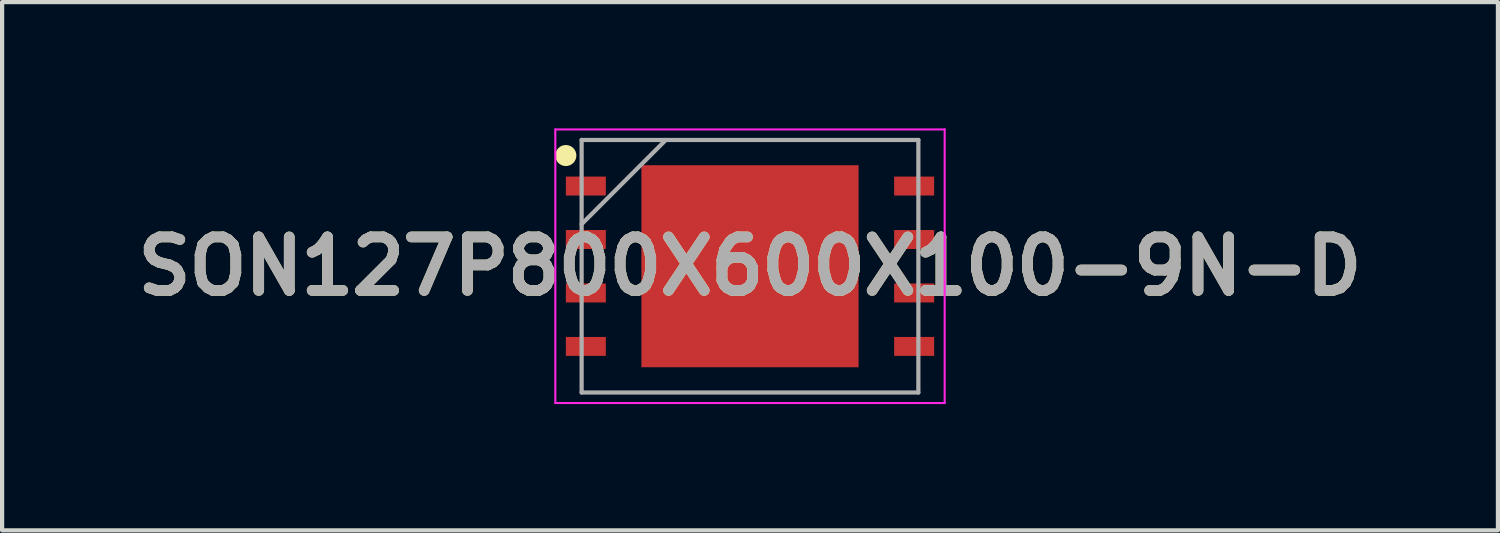
<source format=kicad_pcb>
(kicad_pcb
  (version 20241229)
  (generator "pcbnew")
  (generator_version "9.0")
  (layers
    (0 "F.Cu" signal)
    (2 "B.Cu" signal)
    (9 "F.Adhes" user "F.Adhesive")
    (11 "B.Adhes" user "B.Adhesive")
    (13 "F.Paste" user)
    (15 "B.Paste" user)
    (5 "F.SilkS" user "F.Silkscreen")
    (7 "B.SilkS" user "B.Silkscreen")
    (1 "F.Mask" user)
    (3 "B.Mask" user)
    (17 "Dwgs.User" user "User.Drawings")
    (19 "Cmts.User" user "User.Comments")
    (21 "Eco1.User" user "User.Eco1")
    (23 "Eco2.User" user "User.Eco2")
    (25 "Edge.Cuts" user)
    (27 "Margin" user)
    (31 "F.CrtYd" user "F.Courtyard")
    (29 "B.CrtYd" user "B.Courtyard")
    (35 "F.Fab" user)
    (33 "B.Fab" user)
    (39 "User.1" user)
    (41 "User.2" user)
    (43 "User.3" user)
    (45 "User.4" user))
  (footprint "SON127P800X600X100-9N-D"
    (layer "F.Cu")
    (at 14.768 3.275)
    (property "Reference" "SON127P800X600X100-9N-D" (at 0 0 0) (layer "F.SilkS") (effects (font (size 1.27 1.27) (thickness 0.254))))
    (attr smd)
    (fp_circle (center -4.375 -2.63) (end -4.375 -2.505) (stroke (width 0.25) (type solid)) (fill no) (layer "F.SilkS"))
    (fp_line (start -4.625 -3.25) (end 4.625 -3.25) (stroke (width 0.05) (type solid)) (layer "F.CrtYd"))
    (fp_line (start -4.625 3.25) (end -4.625 -3.25) (stroke (width 0.05) (type solid)) (layer "F.CrtYd"))
    (fp_line (start 4.625 -3.25) (end 4.625 3.25) (stroke (width 0.05) (type solid)) (layer "F.CrtYd"))
    (fp_line (start 4.625 3.25) (end -4.625 3.25) (stroke (width 0.05) (type solid)) (layer "F.CrtYd"))
    (fp_line (start -4 -3) (end 4 -3) (stroke (width 0.1) (type solid)) (layer "F.Fab"))
    (fp_line (start -4 -1) (end -2 -3) (stroke (width 0.1) (type solid)) (layer "F.Fab"))
    (fp_line (start -4 3) (end -4 -3) (stroke (width 0.1) (type solid)) (layer "F.Fab"))
    (fp_line (start 4 -3) (end 4 3) (stroke (width 0.1) (type solid)) (layer "F.Fab"))
    (fp_line (start 4 3) (end -4 3) (stroke (width 0.1) (type solid)) (layer "F.Fab"))
    (fp_text user "${REFERENCE}" (at 0 0 0) (layer "F.Fab") (effects (font (size 1.27 1.27) (thickness 0.254))))
    (pad "1" smd rect (at -3.9 -1.905 90) (size 0.45 0.95) (layers "F.Cu" "F.Mask" "F.Paste"))
    (pad "2" smd rect (at -3.9 -0.635 90) (size 0.45 0.95) (layers "F.Cu" "F.Mask" "F.Paste"))
    (pad "3" smd rect (at -3.9 0.635 90) (size 0.45 0.95) (layers "F.Cu" "F.Mask" "F.Paste"))
    (pad "4" smd rect (at -3.9 1.905 90) (size 0.45 0.95) (layers "F.Cu" "F.Mask" "F.Paste"))
    (pad "5" smd rect (at 3.9 1.905 90) (size 0.45 0.95) (layers "F.Cu" "F.Mask" "F.Paste"))
    (pad "6" smd rect (at 3.9 0.635 90) (size 0.45 0.95) (layers "F.Cu" "F.Mask" "F.Paste"))
    (pad "7" smd rect (at 3.9 -0.635 90) (size 0.45 0.95) (layers "F.Cu" "F.Mask" "F.Paste"))
    (pad "8" smd rect (at 3.9 -1.905 90) (size 0.45 0.95) (layers "F.Cu" "F.Mask" "F.Paste"))
    (pad "9" smd rect (at 0 0 90) (size 4.8 5.16) (layers "F.Cu" "F.Mask" "F.Paste")))
  (gr_rect
    (start -3 -3)
    (end 32.537 9.55)
    (stroke (width 0.1) (type default))
    (fill no)
    (layer "Edge.Cuts")))
</source>
